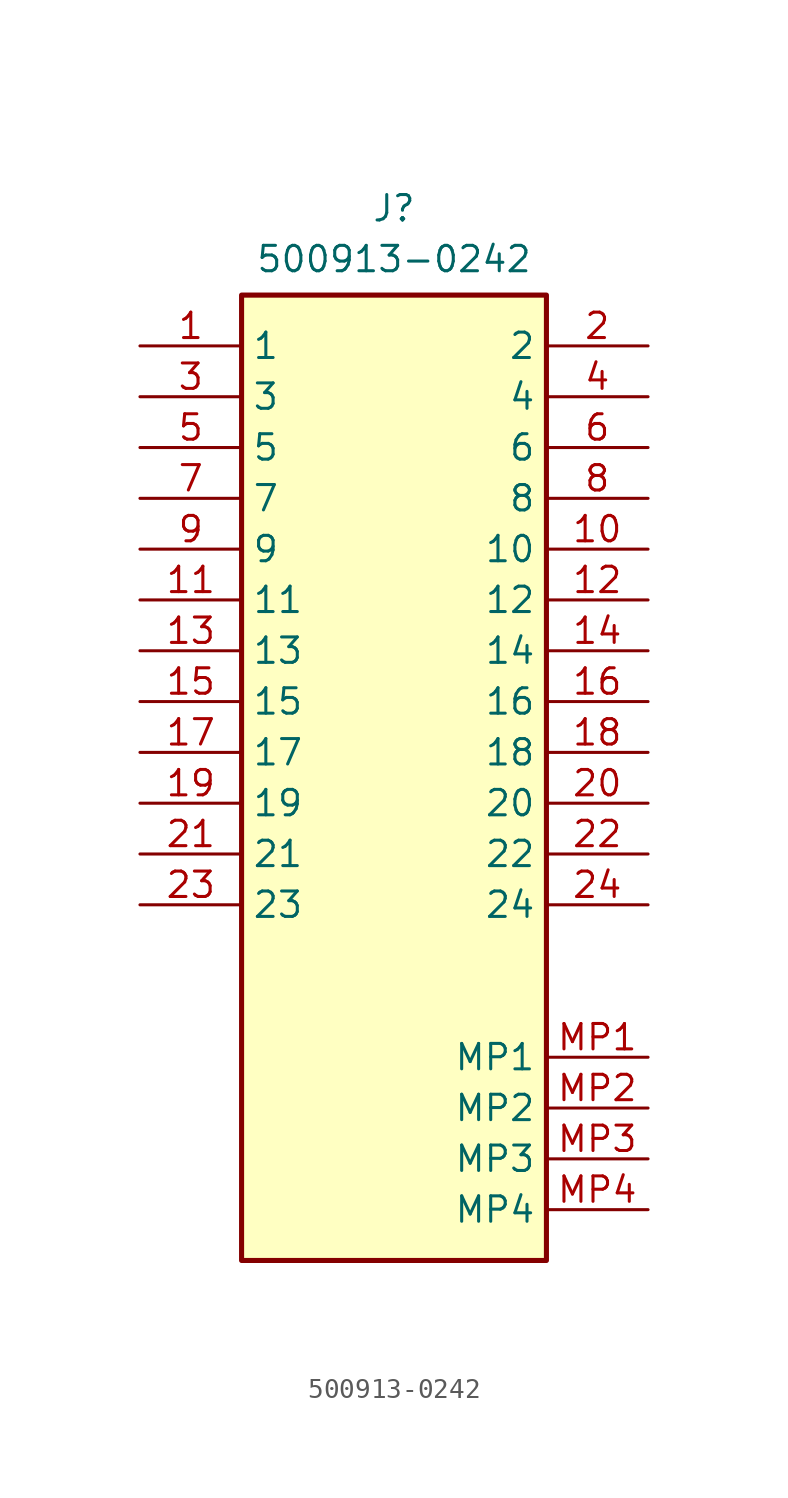
<source format=kicad_sym>
(kicad_symbol_lib
  (version 20220914)
  (generator kicad_symbol_editor)
  (symbol "500913-0242"
    (property "Reference" "J"
      (at 0 25.4 0)
      (effects (font (size 1.27 1.27)) (justify top)))
    (property "Value" "500913-0242"
      (at 0 22.86 0)
      (effects (font (size 1.27 1.27)) (justify top)))
    (symbol "500913-0242_1_1"
      (rectangle (start -7.62 20.32) (end 7.62 -27.94) (stroke (width 0.254) (type default)) (fill (type background)))
      (pin passive line (at -12.7 17.78 0) (length 5.08) (name "1" (effects (font (size 1.27 1.27)))) (number "1" (effects (font (size 1.27 1.27)))))
      (pin passive line (at 12.7 7.62 180) (length 5.08) (name "10" (effects (font (size 1.27 1.27)))) (number "10" (effects (font (size 1.27 1.27)))))
      (pin passive line (at -12.7 5.08 0) (length 5.08) (name "11" (effects (font (size 1.27 1.27)))) (number "11" (effects (font (size 1.27 1.27)))))
      (pin passive line (at 12.7 5.08 180) (length 5.08) (name "12" (effects (font (size 1.27 1.27)))) (number "12" (effects (font (size 1.27 1.27)))))
      (pin passive line (at -12.7 2.54 0) (length 5.08) (name "13" (effects (font (size 1.27 1.27)))) (number "13" (effects (font (size 1.27 1.27)))))
      (pin passive line (at 12.7 2.54 180) (length 5.08) (name "14" (effects (font (size 1.27 1.27)))) (number "14" (effects (font (size 1.27 1.27)))))
      (pin passive line (at -12.7 0 0) (length 5.08) (name "15" (effects (font (size 1.27 1.27)))) (number "15" (effects (font (size 1.27 1.27)))))
      (pin passive line (at 12.7 0 180) (length 5.08) (name "16" (effects (font (size 1.27 1.27)))) (number "16" (effects (font (size 1.27 1.27)))))
      (pin passive line (at -12.7 -2.54 0) (length 5.08) (name "17" (effects (font (size 1.27 1.27)))) (number "17" (effects (font (size 1.27 1.27)))))
      (pin passive line (at 12.7 -2.54 180) (length 5.08) (name "18" (effects (font (size 1.27 1.27)))) (number "18" (effects (font (size 1.27 1.27)))))
      (pin passive line (at -12.7 -5.08 0) (length 5.08) (name "19" (effects (font (size 1.27 1.27)))) (number "19" (effects (font (size 1.27 1.27)))))
      (pin passive line (at 12.7 17.78 180) (length 5.08) (name "2" (effects (font (size 1.27 1.27)))) (number "2" (effects (font (size 1.27 1.27)))))
      (pin passive line (at 12.7 -5.08 180) (length 5.08) (name "20" (effects (font (size 1.27 1.27)))) (number "20" (effects (font (size 1.27 1.27)))))
      (pin passive line (at -12.7 -7.62 0) (length 5.08) (name "21" (effects (font (size 1.27 1.27)))) (number "21" (effects (font (size 1.27 1.27)))))
      (pin passive line (at 12.7 -7.62 180) (length 5.08) (name "22" (effects (font (size 1.27 1.27)))) (number "22" (effects (font (size 1.27 1.27)))))
      (pin passive line (at -12.7 -10.16 0) (length 5.08) (name "23" (effects (font (size 1.27 1.27)))) (number "23" (effects (font (size 1.27 1.27)))))
      (pin passive line (at 12.7 -10.16 180) (length 5.08) (name "24" (effects (font (size 1.27 1.27)))) (number "24" (effects (font (size 1.27 1.27)))))
      (pin passive line (at -12.7 15.24 0) (length 5.08) (name "3" (effects (font (size 1.27 1.27)))) (number "3" (effects (font (size 1.27 1.27)))))
      (pin passive line (at 12.7 15.24 180) (length 5.08) (name "4" (effects (font (size 1.27 1.27)))) (number "4" (effects (font (size 1.27 1.27)))))
      (pin passive line (at -12.7 12.7 0) (length 5.08) (name "5" (effects (font (size 1.27 1.27)))) (number "5" (effects (font (size 1.27 1.27)))))
      (pin passive line (at 12.7 12.7 180) (length 5.08) (name "6" (effects (font (size 1.27 1.27)))) (number "6" (effects (font (size 1.27 1.27)))))
      (pin passive line (at -12.7 10.16 0) (length 5.08) (name "7" (effects (font (size 1.27 1.27)))) (number "7" (effects (font (size 1.27 1.27)))))
      (pin passive line (at 12.7 10.16 180) (length 5.08) (name "8" (effects (font (size 1.27 1.27)))) (number "8" (effects (font (size 1.27 1.27)))))
      (pin passive line (at -12.7 7.62 0) (length 5.08) (name "9" (effects (font (size 1.27 1.27)))) (number "9" (effects (font (size 1.27 1.27)))))
      (pin passive line (at 12.7 -17.78 180) (length 5.08) (name "MP1" (effects (font (size 1.27 1.27)))) (number "MP1" (effects (font (size 1.27 1.27)))))
      (pin passive line (at 12.7 -20.32 180) (length 5.08) (name "MP2" (effects (font (size 1.27 1.27)))) (number "MP2" (effects (font (size 1.27 1.27)))))
      (pin passive line (at 12.7 -22.86 180) (length 5.08) (name "MP3" (effects (font (size 1.27 1.27)))) (number "MP3" (effects (font (size 1.27 1.27)))))
      (pin passive line (at 12.7 -25.4 180) (length 5.08) (name "MP4" (effects (font (size 1.27 1.27)))) (number "MP4" (effects (font (size 1.27 1.27))))))))
</source>
